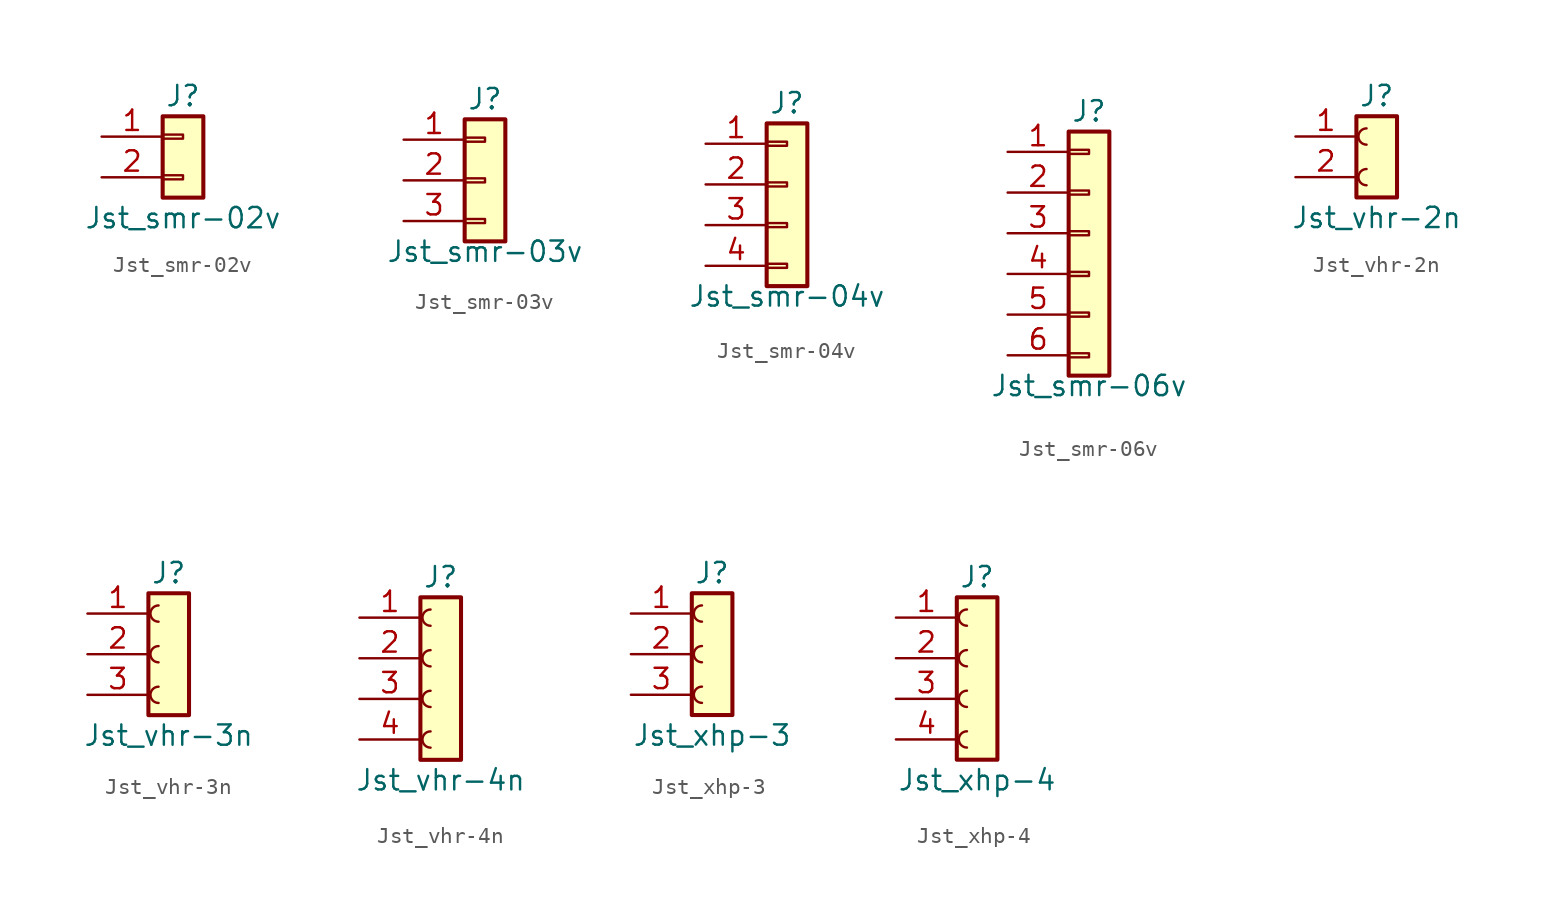
<source format=kicad_sym>
(kicad_symbol_lib
  (version 20211014)
  (generator kicad_symbol_editor)
  (symbol "Jst_smr-02v"
    (pin_names
      (offset 1.016) hide)
    (property "Reference" "J"
      (at 0 5.08 0)
      (effects (font (size 1.27 1.27))))
    (property "Value" "Jst_smr-02v"
      (at 0 -2.54 0)
      (effects (font (size 1.27 1.27))))
    (symbol "Jst_smr-02v_1_1"
      (rectangle (start -1.27 0.127) (end 0 -0.127) (stroke (width 0.152) (type default) (color 0 0 0 0)) (fill (type none)))
      (rectangle (start -1.27 2.667) (end 0 2.413) (stroke (width 0.152) (type default) (color 0 0 0 0)) (fill (type none)))
      (rectangle (start -1.27 3.81) (end 1.27 -1.27) (stroke (width 0.254) (type default) (color 0 0 0 0)) (fill (type background)))
      (pin passive line (at -5.08 2.54 0) (length 3.81) (name "Pin_1" (effects (font (size 1.27 1.27)))) (number "1" (effects (font (size 1.27 1.27)))))
      (pin passive line (at -5.08 0 0) (length 3.81) (name "Pin_2" (effects (font (size 1.27 1.27)))) (number "2" (effects (font (size 1.27 1.27)))))))
  (symbol "Jst_smr-03v"
    (pin_names
      (offset 1.016) hide)
    (property "Reference" "J"
      (at 0 5.08 0)
      (effects (font (size 1.27 1.27))))
    (property "Value" "Jst_smr-03v"
      (at 0 -4.445 0)
      (effects (font (size 1.27 1.27))))
    (symbol "Jst_smr-03v_1_1"
      (rectangle (start -1.27 -2.413) (end 0 -2.667) (stroke (width 0.152) (type default) (color 0 0 0 0)) (fill (type none)))
      (rectangle (start -1.27 0.127) (end 0 -0.127) (stroke (width 0.152) (type default) (color 0 0 0 0)) (fill (type none)))
      (rectangle (start -1.27 2.667) (end 0 2.413) (stroke (width 0.152) (type default) (color 0 0 0 0)) (fill (type none)))
      (rectangle (start -1.27 3.81) (end 1.27 -3.81) (stroke (width 0.254) (type default) (color 0 0 0 0)) (fill (type background)))
      (pin passive line (at -5.08 2.54 0) (length 3.81) (name "Pin_1" (effects (font (size 1.27 1.27)))) (number "1" (effects (font (size 1.27 1.27)))))
      (pin passive line (at -5.08 0 0) (length 3.81) (name "Pin_2" (effects (font (size 1.27 1.27)))) (number "2" (effects (font (size 1.27 1.27)))))
      (pin passive line (at -5.08 -2.54 0) (length 3.81) (name "Pin_3" (effects (font (size 1.27 1.27)))) (number "3" (effects (font (size 1.27 1.27)))))))
  (symbol "Jst_smr-04v"
    (pin_names
      (offset 1.016) hide)
    (property "Reference" "J"
      (at 0 6.35 0)
      (effects (font (size 1.27 1.27))))
    (property "Value" "Jst_smr-04v"
      (at 0 -5.715 0)
      (effects (font (size 1.27 1.27))))
    (symbol "Jst_smr-04v_1_1"
      (rectangle (start -1.27 -3.683) (end 0 -3.937) (stroke (width 0.152) (type default) (color 0 0 0 0)) (fill (type none)))
      (rectangle (start -1.27 -1.143) (end 0 -1.397) (stroke (width 0.152) (type default) (color 0 0 0 0)) (fill (type none)))
      (rectangle (start -1.27 1.397) (end 0 1.143) (stroke (width 0.152) (type default) (color 0 0 0 0)) (fill (type none)))
      (rectangle (start -1.27 3.937) (end 0 3.683) (stroke (width 0.152) (type default) (color 0 0 0 0)) (fill (type none)))
      (rectangle (start -1.27 5.08) (end 1.27 -5.08) (stroke (width 0.254) (type default) (color 0 0 0 0)) (fill (type background)))
      (pin passive line (at -5.08 3.81 0) (length 3.81) (name "Pin_1" (effects (font (size 1.27 1.27)))) (number "1" (effects (font (size 1.27 1.27)))))
      (pin passive line (at -5.08 1.27 0) (length 3.81) (name "Pin_2" (effects (font (size 1.27 1.27)))) (number "2" (effects (font (size 1.27 1.27)))))
      (pin passive line (at -5.08 -1.27 0) (length 3.81) (name "Pin_3" (effects (font (size 1.27 1.27)))) (number "3" (effects (font (size 1.27 1.27)))))
      (pin passive line (at -5.08 -3.81 0) (length 3.81) (name "Pin_4" (effects (font (size 1.27 1.27)))) (number "4" (effects (font (size 1.27 1.27)))))))
  (symbol "Jst_smr-06v"
    (pin_names
      (offset 1.016) hide)
    (property "Reference" "J"
      (at 0 8.89 0)
      (effects (font (size 1.27 1.27))))
    (property "Value" "Jst_smr-06v"
      (at 0 -8.255 0)
      (effects (font (size 1.27 1.27))))
    (symbol "Jst_smr-06v_1_1"
      (rectangle (start -1.27 -6.223) (end 0 -6.477) (stroke (width 0.152) (type default) (color 0 0 0 0)) (fill (type none)))
      (rectangle (start -1.27 -3.683) (end 0 -3.937) (stroke (width 0.152) (type default) (color 0 0 0 0)) (fill (type none)))
      (rectangle (start -1.27 -1.143) (end 0 -1.397) (stroke (width 0.152) (type default) (color 0 0 0 0)) (fill (type none)))
      (rectangle (start -1.27 1.397) (end 0 1.143) (stroke (width 0.152) (type default) (color 0 0 0 0)) (fill (type none)))
      (rectangle (start -1.27 3.937) (end 0 3.683) (stroke (width 0.152) (type default) (color 0 0 0 0)) (fill (type none)))
      (rectangle (start -1.27 6.477) (end 0 6.223) (stroke (width 0.152) (type default) (color 0 0 0 0)) (fill (type none)))
      (rectangle (start -1.27 7.62) (end 1.27 -7.62) (stroke (width 0.254) (type default) (color 0 0 0 0)) (fill (type background)))
      (pin passive line (at -5.08 6.35 0) (length 3.81) (name "Pin_1" (effects (font (size 1.27 1.27)))) (number "1" (effects (font (size 1.27 1.27)))))
      (pin passive line (at -5.08 3.81 0) (length 3.81) (name "Pin_2" (effects (font (size 1.27 1.27)))) (number "2" (effects (font (size 1.27 1.27)))))
      (pin passive line (at -5.08 1.27 0) (length 3.81) (name "Pin_3" (effects (font (size 1.27 1.27)))) (number "3" (effects (font (size 1.27 1.27)))))
      (pin passive line (at -5.08 -1.27 0) (length 3.81) (name "Pin_4" (effects (font (size 1.27 1.27)))) (number "4" (effects (font (size 1.27 1.27)))))
      (pin passive line (at -5.08 -3.81 0) (length 3.81) (name "Pin_5" (effects (font (size 1.27 1.27)))) (number "5" (effects (font (size 1.27 1.27)))))
      (pin passive line (at -5.08 -6.35 0) (length 3.81) (name "Pin_6" (effects (font (size 1.27 1.27)))) (number "6" (effects (font (size 1.27 1.27)))))))
  (symbol "Jst_vhr-2n"
    (pin_names
      (offset 1.016) hide)
    (property "Reference" "J"
      (at 0 5.08 0)
      (effects (font (size 1.27 1.27))))
    (property "Value" "Jst_vhr-2n"
      (at 0 -2.54 0)
      (effects (font (size 1.27 1.27))))
    (symbol "Jst_vhr-2n_1_1"
      (rectangle (start -1.27 3.81) (end 1.27 -1.27) (stroke (width 0.254) (type default) (color 0 0 0 0)) (fill (type background)))
      (arc (start -0.635 0.508) (mid -1.143 0) (end -0.635 -0.508) (stroke (width 0) (type default) (color 0 0 0 0)) (fill (type none)))
      (arc (start -0.635 3.048) (mid -1.143 2.54) (end -0.635 2.032) (stroke (width 0) (type default) (color 0 0 0 0)) (fill (type none)))
      (pin passive line (at -5.08 2.54 0) (length 3.81) (name "Pin_1" (effects (font (size 1.27 1.27)))) (number "1" (effects (font (size 1.27 1.27)))))
      (pin passive line (at -5.08 0 0) (length 3.81) (name "Pin_2" (effects (font (size 1.27 1.27)))) (number "2" (effects (font (size 1.27 1.27)))))))
  (symbol "Jst_vhr-3n"
    (pin_names
      (offset 1.016) hide)
    (property "Reference" "J"
      (at 0 5.08 0)
      (effects (font (size 1.27 1.27))))
    (property "Value" "Jst_vhr-3n"
      (at 0 -5.08 0)
      (effects (font (size 1.27 1.27))))
    (symbol "Jst_vhr-3n_1_1"
      (rectangle (start -1.27 3.81) (end 1.27 -3.81) (stroke (width 0.254) (type default) (color 0 0 0 0)) (fill (type background)))
      (arc (start -0.635 -2.032) (mid -1.143 -2.54) (end -0.635 -3.048) (stroke (width 0) (type default) (color 0 0 0 0)) (fill (type none)))
      (arc (start -0.635 0.508) (mid -1.143 0) (end -0.635 -0.508) (stroke (width 0) (type default) (color 0 0 0 0)) (fill (type none)))
      (arc (start -0.635 3.048) (mid -1.143 2.54) (end -0.635 2.032) (stroke (width 0) (type default) (color 0 0 0 0)) (fill (type none)))
      (pin passive line (at -5.08 2.54 0) (length 3.81) (name "Pin_1" (effects (font (size 1.27 1.27)))) (number "1" (effects (font (size 1.27 1.27)))))
      (pin passive line (at -5.08 0 0) (length 3.81) (name "Pin_2" (effects (font (size 1.27 1.27)))) (number "2" (effects (font (size 1.27 1.27)))))
      (pin passive line (at -5.08 -2.54 0) (length 3.81) (name "Pin_3" (effects (font (size 1.27 1.27)))) (number "3" (effects (font (size 1.27 1.27)))))))
  (symbol "Jst_vhr-4n"
    (pin_names
      (offset 1.016) hide)
    (property "Reference" "J"
      (at 0 5.08 0)
      (effects (font (size 1.27 1.27))))
    (property "Value" "Jst_vhr-4n"
      (at 0 -7.62 0)
      (effects (font (size 1.27 1.27))))
    (symbol "Jst_vhr-4n_1_1"
      (rectangle (start -1.27 3.81) (end 1.27 -6.35) (stroke (width 0.254) (type default) (color 0 0 0 0)) (fill (type background)))
      (arc (start -0.635 -4.572) (mid -1.143 -5.08) (end -0.635 -5.588) (stroke (width 0) (type default) (color 0 0 0 0)) (fill (type none)))
      (arc (start -0.635 -2.032) (mid -1.143 -2.54) (end -0.635 -3.048) (stroke (width 0) (type default) (color 0 0 0 0)) (fill (type none)))
      (arc (start -0.635 0.508) (mid -1.143 0) (end -0.635 -0.508) (stroke (width 0) (type default) (color 0 0 0 0)) (fill (type none)))
      (arc (start -0.635 3.048) (mid -1.143 2.54) (end -0.635 2.032) (stroke (width 0) (type default) (color 0 0 0 0)) (fill (type none)))
      (pin passive line (at -5.08 2.54 0) (length 3.81) (name "Pin_1" (effects (font (size 1.27 1.27)))) (number "1" (effects (font (size 1.27 1.27)))))
      (pin passive line (at -5.08 0 0) (length 3.81) (name "Pin_2" (effects (font (size 1.27 1.27)))) (number "2" (effects (font (size 1.27 1.27)))))
      (pin passive line (at -5.08 -2.54 0) (length 3.81) (name "Pin_3" (effects (font (size 1.27 1.27)))) (number "3" (effects (font (size 1.27 1.27)))))
      (pin passive line (at -5.08 -5.08 0) (length 3.81) (name "Pin_4" (effects (font (size 1.27 1.27)))) (number "4" (effects (font (size 1.27 1.27)))))))
  (symbol "Jst_xhp-3"
    (pin_names
      (offset 1.016) hide)
    (property "Reference" "J"
      (at 0 5.08 0)
      (effects (font (size 1.27 1.27))))
    (property "Value" "Jst_xhp-3"
      (at 0 -5.08 0)
      (effects (font (size 1.27 1.27))))
    (symbol "Jst_xhp-3_1_1"
      (rectangle (start -1.27 3.81) (end 1.27 -3.81) (stroke (width 0.254) (type default) (color 0 0 0 0)) (fill (type background)))
      (arc (start -0.635 -2.032) (mid -1.143 -2.54) (end -0.635 -3.048) (stroke (width 0) (type default) (color 0 0 0 0)) (fill (type none)))
      (arc (start -0.635 0.508) (mid -1.143 0) (end -0.635 -0.508) (stroke (width 0) (type default) (color 0 0 0 0)) (fill (type none)))
      (arc (start -0.635 3.048) (mid -1.143 2.54) (end -0.635 2.032) (stroke (width 0) (type default) (color 0 0 0 0)) (fill (type none)))
      (pin passive line (at -5.08 2.54 0) (length 3.81) (name "Pin_1" (effects (font (size 1.27 1.27)))) (number "1" (effects (font (size 1.27 1.27)))))
      (pin passive line (at -5.08 0 0) (length 3.81) (name "Pin_2" (effects (font (size 1.27 1.27)))) (number "2" (effects (font (size 1.27 1.27)))))
      (pin passive line (at -5.08 -2.54 0) (length 3.81) (name "Pin_3" (effects (font (size 1.27 1.27)))) (number "3" (effects (font (size 1.27 1.27)))))))
  (symbol "Jst_xhp-4"
    (pin_names
      (offset 1.016) hide)
    (property "Reference" "J"
      (at 0 6.35 0)
      (effects (font (size 1.27 1.27))))
    (property "Value" "Jst_xhp-4"
      (at 0 -6.35 0)
      (effects (font (size 1.27 1.27))))
    (symbol "Jst_xhp-4_1_1"
      (rectangle (start -1.27 5.08) (end 1.27 -5.08) (stroke (width 0.254) (type default) (color 0 0 0 0)) (fill (type background)))
      (arc (start -0.635 -3.302) (mid -1.143 -3.81) (end -0.635 -4.318) (stroke (width 0) (type default) (color 0 0 0 0)) (fill (type none)))
      (arc (start -0.635 -0.762) (mid -1.143 -1.27) (end -0.635 -1.778) (stroke (width 0) (type default) (color 0 0 0 0)) (fill (type none)))
      (arc (start -0.635 1.778) (mid -1.143 1.27) (end -0.635 0.762) (stroke (width 0) (type default) (color 0 0 0 0)) (fill (type none)))
      (arc (start -0.635 4.318) (mid -1.143 3.81) (end -0.635 3.302) (stroke (width 0) (type default) (color 0 0 0 0)) (fill (type none)))
      (pin passive line (at -5.08 3.81 0) (length 3.81) (name "Pin_1" (effects (font (size 1.27 1.27)))) (number "1" (effects (font (size 1.27 1.27)))))
      (pin passive line (at -5.08 1.27 0) (length 3.81) (name "Pin_2" (effects (font (size 1.27 1.27)))) (number "2" (effects (font (size 1.27 1.27)))))
      (pin passive line (at -5.08 -1.27 0) (length 3.81) (name "Pin_3" (effects (font (size 1.27 1.27)))) (number "3" (effects (font (size 1.27 1.27)))))
      (pin passive line (at -5.08 -3.81 0) (length 3.81) (name "Pin_4" (effects (font (size 1.27 1.27)))) (number "4" (effects (font (size 1.27 1.27))))))))
</source>
